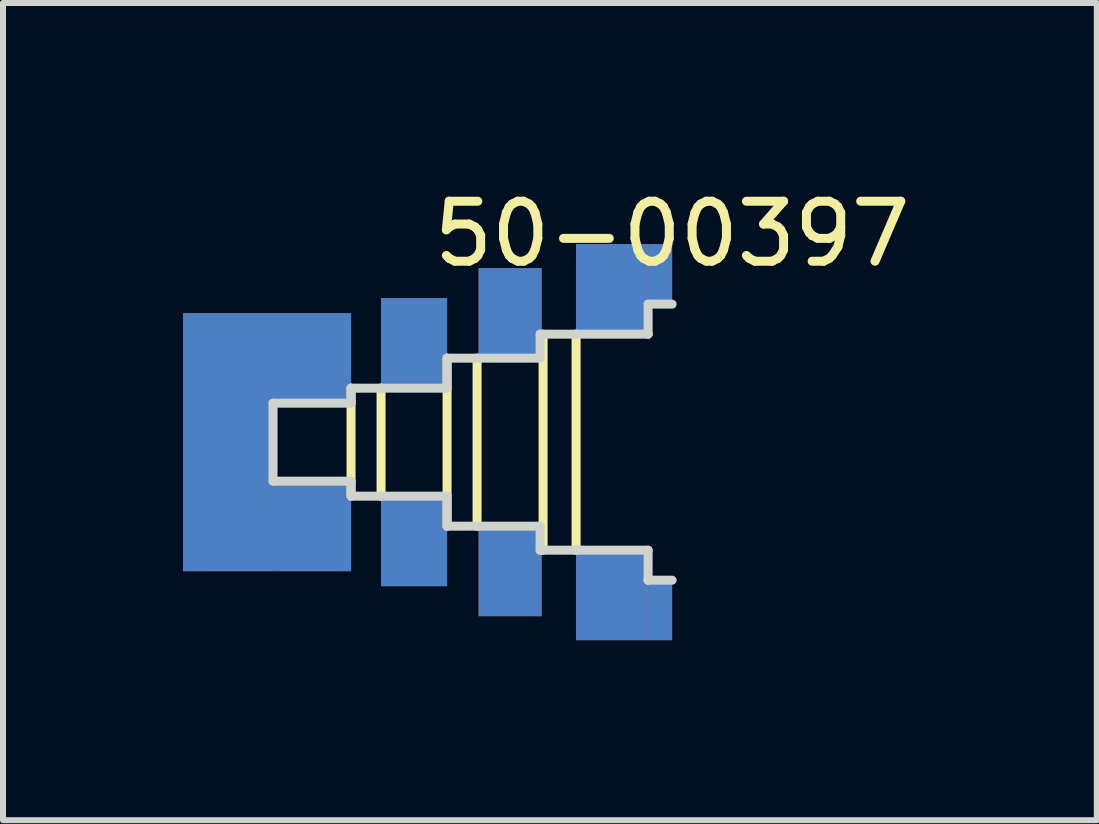
<source format=kicad_pcb>
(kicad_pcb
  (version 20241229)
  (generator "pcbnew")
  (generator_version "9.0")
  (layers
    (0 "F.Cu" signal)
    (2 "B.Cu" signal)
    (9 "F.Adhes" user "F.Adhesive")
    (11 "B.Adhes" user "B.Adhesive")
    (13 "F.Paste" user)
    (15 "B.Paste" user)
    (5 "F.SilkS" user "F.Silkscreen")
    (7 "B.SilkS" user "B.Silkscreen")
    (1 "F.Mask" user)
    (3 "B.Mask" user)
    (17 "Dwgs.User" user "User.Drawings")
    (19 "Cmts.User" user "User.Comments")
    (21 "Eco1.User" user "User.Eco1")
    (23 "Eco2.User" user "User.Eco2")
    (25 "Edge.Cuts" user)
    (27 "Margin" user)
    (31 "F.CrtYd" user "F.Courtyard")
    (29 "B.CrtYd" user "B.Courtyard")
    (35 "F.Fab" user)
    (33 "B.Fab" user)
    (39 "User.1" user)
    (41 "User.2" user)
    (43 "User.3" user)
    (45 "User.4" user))
  (footprint "50-00397"
    (layer "F.Cu")
    (at 8.15 2.118)
    (property "Reference" "50-00397" (at 0 -1.27 0) (layer "F.SilkS") (effects (font (size 1 1) (thickness 0.15))))
    (attr through_hole)
    (fp_line (start -5.35 3.1) (end -5.35 1.3) (stroke (width 0.15) (type solid)) (layer "F.SilkS"))
    (fp_line (start -4.85 3.1) (end -4.85 1.3) (stroke (width 0.15) (type solid)) (layer "F.SilkS"))
    (fp_line (start -3.75 0.8) (end -3.75 3.6) (stroke (width 0.15) (type solid)) (layer "F.SilkS"))
    (fp_line (start -3.25 0.8) (end -3.25 3.6) (stroke (width 0.15) (type solid)) (layer "F.SilkS"))
    (fp_line (start -2.15 4) (end -2.15 0.4) (stroke (width 0.15) (type solid)) (layer "F.SilkS"))
    (fp_line (start -1.6 4) (end -1.6 0.4) (stroke (width 0.15) (type solid)) (layer "F.SilkS"))
    (fp_line (start -6.65 1.55) (end -5.35 1.55) (stroke (width 0.15) (type solid)) (layer "Edge.Cuts"))
    (fp_line (start -6.65 2.85) (end -6.65 1.55) (stroke (width 0.15) (type solid)) (layer "Edge.Cuts"))
    (fp_line (start -5.35 1.55) (end -5.35 1.3) (stroke (width 0.15) (type solid)) (layer "Edge.Cuts"))
    (fp_line (start -5.35 2.85) (end -6.65 2.85) (stroke (width 0.15) (type solid)) (layer "Edge.Cuts"))
    (fp_line (start -5.35 3.1) (end -5.35 2.85) (stroke (width 0.15) (type solid)) (layer "Edge.Cuts"))
    (fp_line (start -4.85 1.3) (end -5.35 1.3) (stroke (width 0.15) (type solid)) (layer "Edge.Cuts"))
    (fp_line (start -4.85 1.3) (end -3.75 1.3) (stroke (width 0.15) (type solid)) (layer "Edge.Cuts"))
    (fp_line (start -4.85 3.1) (end -5.35 3.1) (stroke (width 0.15) (type solid)) (layer "Edge.Cuts"))
    (fp_line (start -3.75 1.3) (end -3.75 0.8) (stroke (width 0.15) (type solid)) (layer "Edge.Cuts"))
    (fp_line (start -3.75 3.1) (end -4.85 3.1) (stroke (width 0.15) (type solid)) (layer "Edge.Cuts"))
    (fp_line (start -3.75 3.6) (end -3.75 3.1) (stroke (width 0.15) (type solid)) (layer "Edge.Cuts"))
    (fp_line (start -3.25 0.8) (end -3.75 0.8) (stroke (width 0.15) (type solid)) (layer "Edge.Cuts"))
    (fp_line (start -3.25 3.6) (end -3.75 3.6) (stroke (width 0.15) (type solid)) (layer "Edge.Cuts"))
    (fp_line (start -2.2 0.4) (end -2.2 0.8) (stroke (width 0.15) (type solid)) (layer "Edge.Cuts"))
    (fp_line (start -2.2 0.8) (end -3.25 0.8) (stroke (width 0.15) (type solid)) (layer "Edge.Cuts"))
    (fp_line (start -2.2 3.6) (end -3.25 3.6) (stroke (width 0.15) (type solid)) (layer "Edge.Cuts"))
    (fp_line (start -2.2 4) (end -2.2 3.6) (stroke (width 0.15) (type solid)) (layer "Edge.Cuts"))
    (fp_line (start -1.6 0.4) (end -2.2 0.4) (stroke (width 0.15) (type solid)) (layer "Edge.Cuts"))
    (fp_line (start -1.6 4) (end -2.2 4) (stroke (width 0.15) (type solid)) (layer "Edge.Cuts"))
    (fp_line (start -0.4 -0.1) (end -0.4 0.4) (stroke (width 0.15) (type solid)) (layer "Edge.Cuts"))
    (fp_line (start -0.4 0.4) (end -1.6 0.4) (stroke (width 0.15) (type solid)) (layer "Edge.Cuts"))
    (fp_line (start -0.4 0.4) (end -0.4 0.4) (stroke (width 0.15) (type solid)) (layer "Edge.Cuts"))
    (fp_line (start -0.4 4) (end -1.6 4) (stroke (width 0.15) (type solid)) (layer "Edge.Cuts"))
    (fp_line (start -0.4 4.5) (end -0.4 4) (stroke (width 0.15) (type solid)) (layer "Edge.Cuts"))
    (fp_line (start -0.4 4.5) (end -0.4 4.5) (stroke (width 0.15) (type solid)) (layer "Edge.Cuts"))
    (fp_line (start 0 -0.1) (end -0.4 -0.1) (stroke (width 0.15) (type solid)) (layer "Edge.Cuts"))
    (fp_line (start 0 4.5) (end -0.4 4.5) (stroke (width 0.15) (type solid)) (layer "Edge.Cuts"))
    (pad "1" smd rect (at -7.4 2.2 270) (size 4.3 1.5) (layers "F.Cu" "F.Mask" "F.Paste"))
    (pad "1" smd rect (at -7.4 2.2 270) (size 4.3 1.5) (layers "F.Mask" "B.Cu" "F.Paste"))
    (pad "1" smd rect (at -6 0.8 180) (size 1.3 1.5) (layers "F.Cu" "F.Mask" "F.Paste"))
    (pad "1" smd rect (at -6 0.8 180) (size 1.3 1.5) (layers "F.Mask" "B.Cu" "F.Paste"))
    (pad "1" smd rect (at -6 3.6 180) (size 1.3 1.5) (layers "F.Cu" "F.Mask" "F.Paste"))
    (pad "1" smd rect (at -6 3.6 180) (size 1.3 1.5) (layers "F.Mask" "B.Cu" "F.Paste"))
    (pad "2" smd rect (at -4.3 0.55 180) (size 1.1 1.5) (layers "F.Cu" "F.Mask" "F.Paste"))
    (pad "2" smd rect (at -4.3 0.55 180) (size 1.1 1.5) (layers "F.Mask" "B.Cu" "F.Paste"))
    (pad "2" smd rect (at -4.3 3.85 180) (size 1.1 1.5) (layers "F.Cu" "F.Mask" "F.Paste"))
    (pad "2" smd rect (at -4.3 3.85 180) (size 1.1 1.5) (layers "F.Mask" "B.Cu" "F.Paste"))
    (pad "3" smd rect (at -2.7 0.05 180) (size 1.05 1.5) (layers "F.Cu" "F.Mask" "F.Paste"))
    (pad "3" smd rect (at -2.7 0.05 180) (size 1.05 1.5) (layers "F.Mask" "B.Cu" "F.Paste"))
    (pad "3" smd rect (at -2.7 4.35 180) (size 1.05 1.5) (layers "F.Cu" "F.Mask" "F.Paste"))
    (pad "3" smd rect (at -2.7 4.35 180) (size 1.05 1.5) (layers "F.Mask" "B.Cu" "F.Paste"))
    (pad "4" smd rect (at -1 -0.35 180) (size 1.2 1.5) (layers "F.Cu" "F.Mask" "F.Paste"))
    (pad "4" smd rect (at -1 -0.35 180) (size 1.2 1.5) (layers "F.Mask" "B.Cu" "F.Paste"))
    (pad "4" smd rect (at -1 4.75 180) (size 1.2 1.5) (layers "F.Cu" "F.Mask" "F.Paste"))
    (pad "4" smd rect (at -1 4.75 180) (size 1.2 1.5) (layers "F.Mask" "B.Cu" "F.Paste"))
    (pad "4" smd rect (at -0.2 -0.6 180) (size 0.4 1) (layers "F.Cu" "F.Mask" "F.Paste"))
    (pad "4" smd rect (at -0.2 -0.6 180) (size 0.4 1) (layers "F.Mask" "B.Cu" "F.Paste"))
    (pad "4" smd rect (at -0.2 5 180) (size 0.4 1) (layers "F.Cu" "F.Mask" "F.Paste"))
    (pad "4" smd rect (at -0.2 5 180) (size 0.4 1) (layers "F.Mask" "B.Cu" "F.Paste")))
  (gr_rect
    (start -3 -3)
    (end 15.227 10.618)
    (stroke (width 0.1) (type default))
    (fill no)
    (layer "Edge.Cuts")))
</source>
